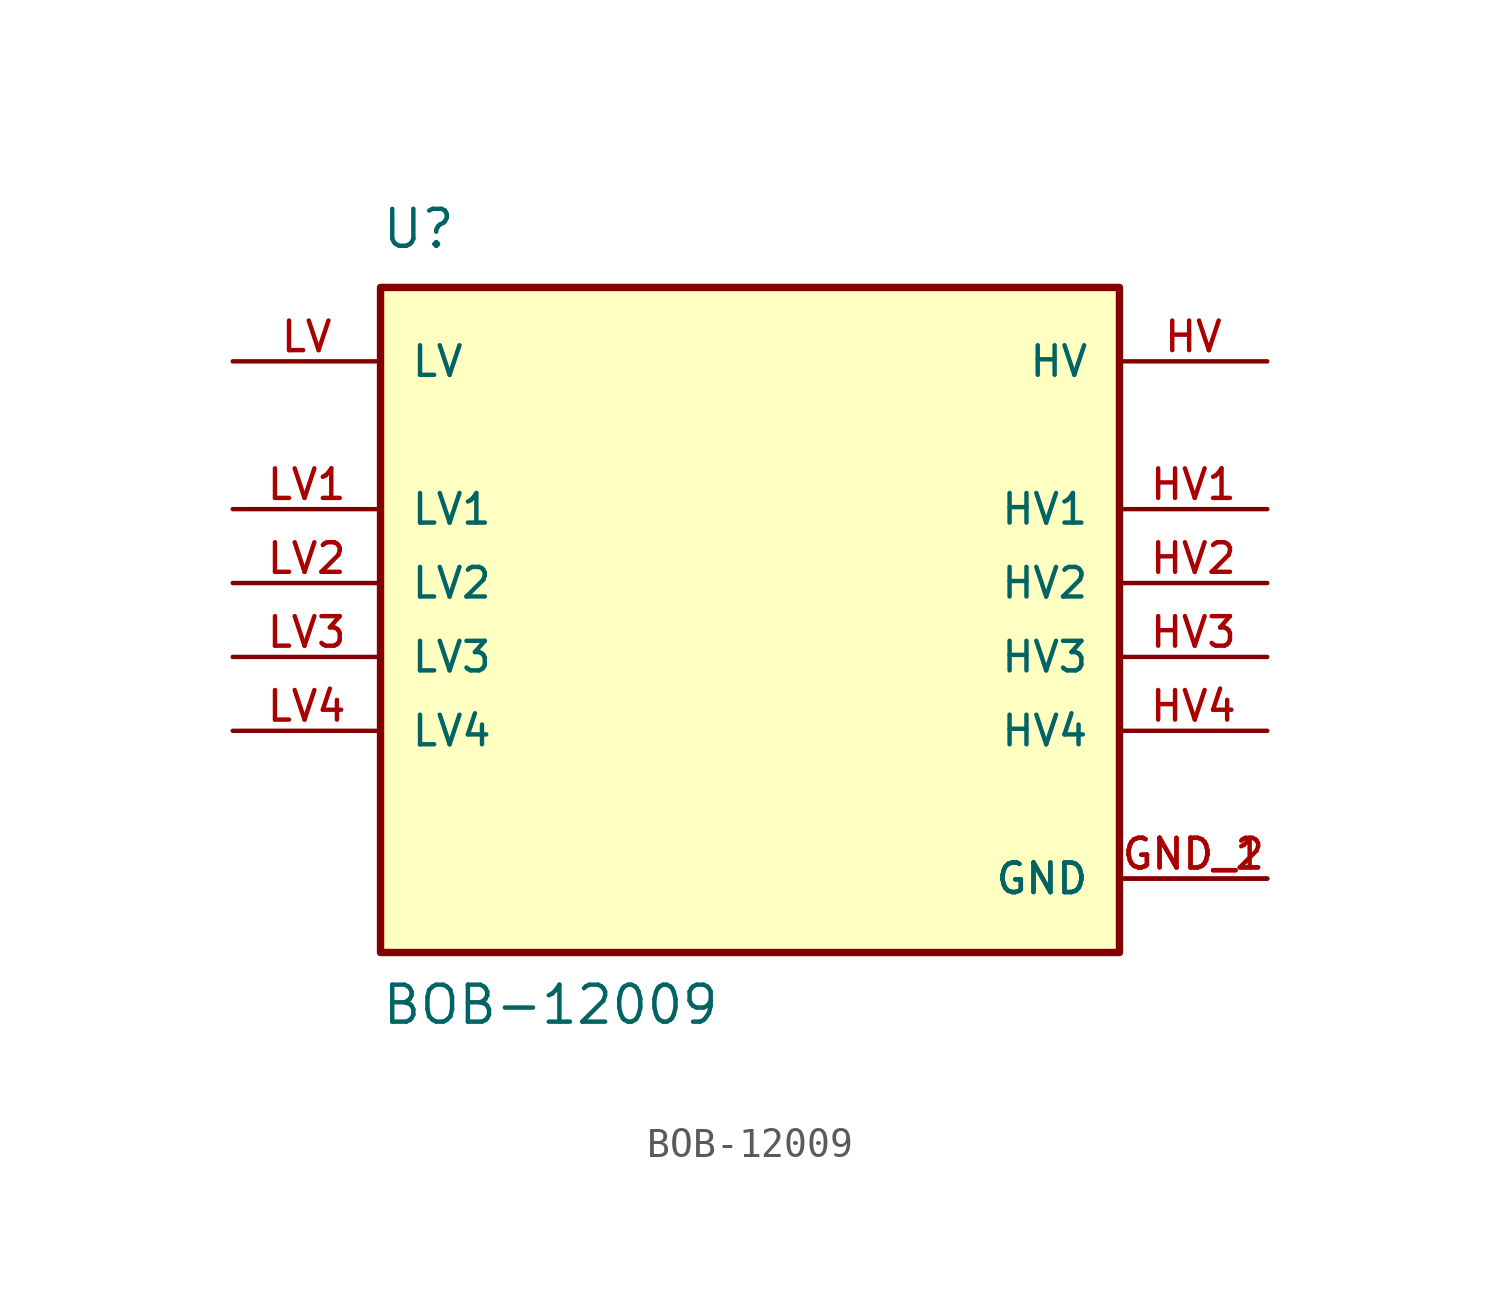
<source format=kicad_sym>
(kicad_symbol_lib
  (version 20211014)
  (generator kicad_symbol_editor)
  (symbol "BOB-12009"
    (pin_names
      (offset 1.016))
    (property "Reference" "U"
      (at -12.7 11.43 0)
      (effects (font (size 1.27 1.27)) (justify bottom left)))
    (property "Value" "BOB-12009"
      (at -12.7 -15.24 0)
      (effects (font (size 1.27 1.27)) (justify bottom left)))
    (symbol "BOB-12009_0_0"
      (rectangle (start -12.7 -12.7) (end 12.7 10.16) (stroke (width 0.254)) (fill (type background)))
      (pin bidirectional line (at -17.78 7.62 0) (length 5.08) (name "LV" (effects (font (size 1.016 1.016)))) (number "LV" (effects (font (size 1.016 1.016)))))
      (pin bidirectional line (at 17.78 7.62 180.0) (length 5.08) (name "HV" (effects (font (size 1.016 1.016)))) (number "HV" (effects (font (size 1.016 1.016)))))
      (pin bidirectional line (at -17.78 2.54 0) (length 5.08) (name "LV1" (effects (font (size 1.016 1.016)))) (number "LV1" (effects (font (size 1.016 1.016)))))
      (pin bidirectional line (at -17.78 0.0 0) (length 5.08) (name "LV2" (effects (font (size 1.016 1.016)))) (number "LV2" (effects (font (size 1.016 1.016)))))
      (pin bidirectional line (at 17.78 2.54 180.0) (length 5.08) (name "HV1" (effects (font (size 1.016 1.016)))) (number "HV1" (effects (font (size 1.016 1.016)))))
      (pin bidirectional line (at 17.78 0.0 180.0) (length 5.08) (name "HV2" (effects (font (size 1.016 1.016)))) (number "HV2" (effects (font (size 1.016 1.016)))))
      (pin bidirectional line (at 17.78 -2.54 180.0) (length 5.08) (name "HV3" (effects (font (size 1.016 1.016)))) (number "HV3" (effects (font (size 1.016 1.016)))))
      (pin bidirectional line (at 17.78 -5.08 180.0) (length 5.08) (name "HV4" (effects (font (size 1.016 1.016)))) (number "HV4" (effects (font (size 1.016 1.016)))))
      (pin bidirectional line (at -17.78 -2.54 0) (length 5.08) (name "LV3" (effects (font (size 1.016 1.016)))) (number "LV3" (effects (font (size 1.016 1.016)))))
      (pin bidirectional line (at -17.78 -5.08 0) (length 5.08) (name "LV4" (effects (font (size 1.016 1.016)))) (number "LV4" (effects (font (size 1.016 1.016)))))
      (pin power_in line (at 17.78 -10.16 180.0) (length 5.08) (name "GND" (effects (font (size 1.016 1.016)))) (number "GND_1" (effects (font (size 1.016 1.016)))))
      (pin power_in line (at 17.78 -10.16 180.0) (length 5.08) (name "GND" (effects (font (size 1.016 1.016)))) (number "GND_2" (effects (font (size 1.016 1.016))))))))
</source>
